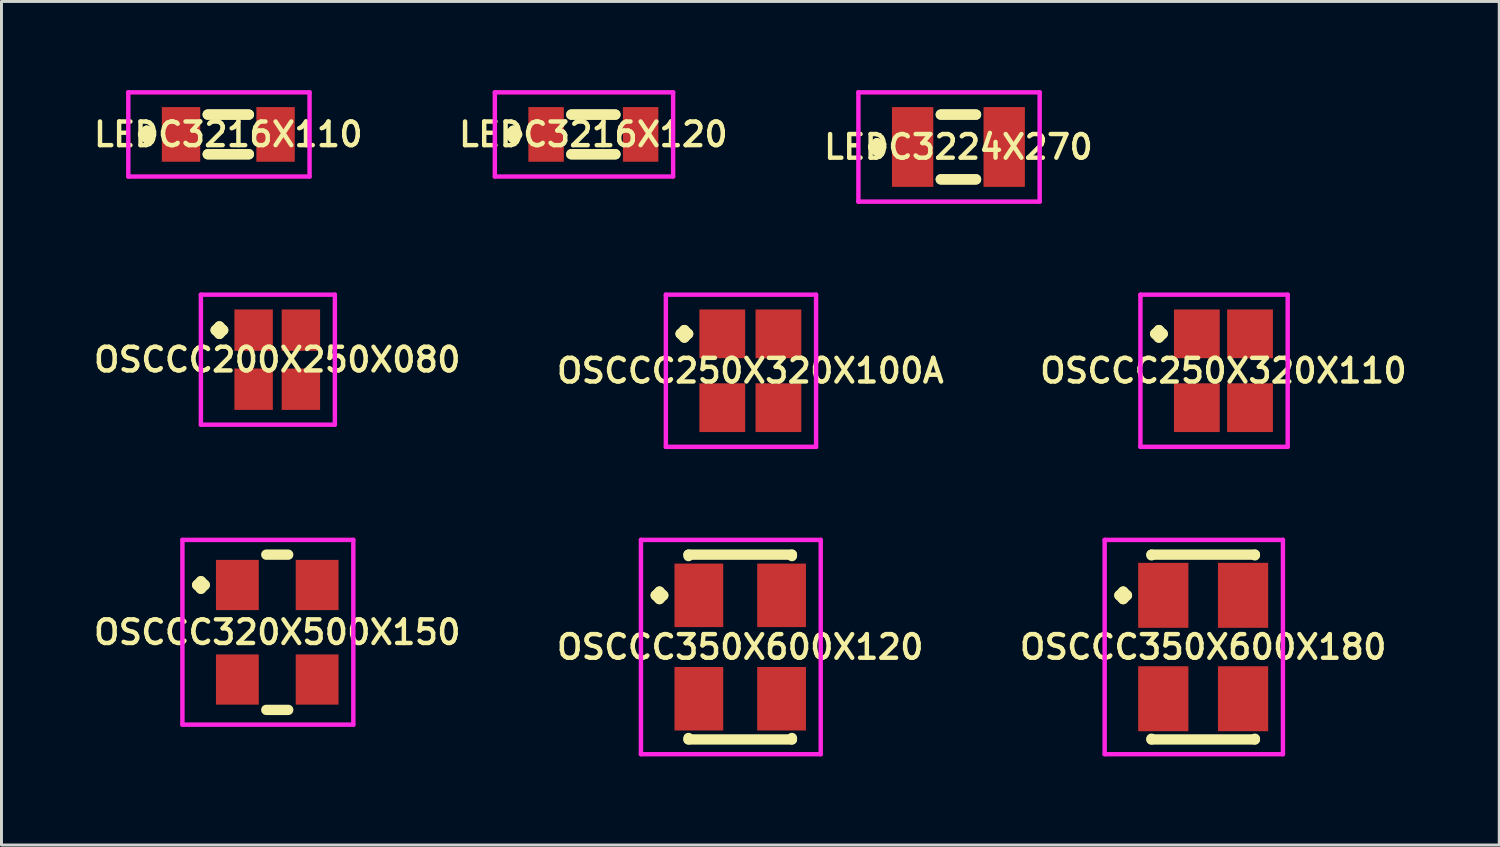
<source format=kicad_pcb>
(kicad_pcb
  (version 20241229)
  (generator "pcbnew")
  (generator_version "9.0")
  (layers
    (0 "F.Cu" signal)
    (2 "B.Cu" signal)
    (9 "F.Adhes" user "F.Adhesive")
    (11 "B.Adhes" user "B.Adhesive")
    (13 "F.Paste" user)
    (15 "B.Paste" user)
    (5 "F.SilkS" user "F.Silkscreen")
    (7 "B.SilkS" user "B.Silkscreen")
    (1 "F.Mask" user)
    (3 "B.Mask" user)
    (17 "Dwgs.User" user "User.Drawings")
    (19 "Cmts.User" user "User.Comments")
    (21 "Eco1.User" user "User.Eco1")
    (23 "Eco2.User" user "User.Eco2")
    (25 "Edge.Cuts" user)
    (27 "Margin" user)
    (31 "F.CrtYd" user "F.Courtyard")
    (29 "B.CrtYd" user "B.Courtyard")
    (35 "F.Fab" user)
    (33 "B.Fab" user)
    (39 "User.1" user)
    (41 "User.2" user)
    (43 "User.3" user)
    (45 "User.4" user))
  (footprint "OSCCC250X320X100A"
    (layer "F.Cu")
    (at 22.349 9.5)
    (property "Reference" "OSCCC250X320X100A" (at 0 0 0) (layer "F.SilkS") (effects (font (size 0.8 0.8) (thickness 0.15))))
    (attr through_hole)
    (fp_line (start -2.36 -1.25) (end -2.233 -1.377) (stroke (width 0.35) (type solid)) (layer "F.SilkS"))
    (fp_line (start -2.233 -1.377) (end -2.106 -1.25) (stroke (width 0.35) (type solid)) (layer "F.SilkS"))
    (fp_line (start -2.233 -1.123) (end -2.36 -1.25) (stroke (width 0.35) (type solid)) (layer "F.SilkS"))
    (fp_line (start -2.106 -1.25) (end -2.233 -1.123) (stroke (width 0.35) (type solid)) (layer "F.SilkS"))
    (fp_line (start -2.86 -2.575) (end 2.225 -2.575) (stroke (width 0.15) (type solid)) (layer "F.CrtYd"))
    (fp_line (start -2.86 2.575) (end -2.86 -2.575) (stroke (width 0.15) (type solid)) (layer "F.CrtYd"))
    (fp_line (start 2.225 -2.575) (end 2.225 2.575) (stroke (width 0.15) (type solid)) (layer "F.CrtYd"))
    (fp_line (start 2.225 2.575) (end -2.86 2.575) (stroke (width 0.15) (type solid)) (layer "F.CrtYd"))
    (pad "1" smd rect (at -0.95 -1.25) (size 1.55 1.65) (layers "F.Cu" "F.Mask" "F.Paste"))
    (pad "2" smd rect (at -0.95 1.25) (size 1.55 1.65) (layers "F.Cu" "F.Mask" "F.Paste"))
    (pad "3" smd rect (at 0.95 1.25) (size 1.55 1.65) (layers "F.Cu" "F.Mask" "F.Paste"))
    (pad "4" smd rect (at 0.95 -1.25) (size 1.55 1.65) (layers "F.Cu" "F.Mask" "F.Paste")))
  (footprint "OSCCC350X600X120"
    (layer "F.Cu")
    (at 22.006 18.852)
    (property "Reference" "OSCCC350X600X120" (at 0 0 0) (layer "F.SilkS") (effects (font (size 0.8 0.8) (thickness 0.15))))
    (attr through_hole)
    (fp_line (start -2.86 -1.75) (end -2.733 -1.877) (stroke (width 0.35) (type solid)) (layer "F.SilkS"))
    (fp_line (start -2.733 -1.877) (end -2.606 -1.75) (stroke (width 0.35) (type solid)) (layer "F.SilkS"))
    (fp_line (start -2.733 -1.623) (end -2.86 -1.75) (stroke (width 0.35) (type solid)) (layer "F.SilkS"))
    (fp_line (start -2.606 -1.75) (end -2.733 -1.623) (stroke (width 0.35) (type solid)) (layer "F.SilkS"))
    (fp_line (start -1.75 -3.127) (end 1.75 -3.127) (stroke (width 0.35) (type solid)) (layer "F.SilkS"))
    (fp_line (start -1.75 -3.079) (end -1.75 -3.127) (stroke (width 0.35) (type solid)) (layer "F.SilkS"))
    (fp_line (start -1.75 3.079) (end -1.75 3.127) (stroke (width 0.35) (type solid)) (layer "F.SilkS"))
    (fp_line (start -1.75 3.127) (end 1.75 3.127) (stroke (width 0.35) (type solid)) (layer "F.SilkS"))
    (fp_line (start 1.75 -3.127) (end 1.75 -3.079) (stroke (width 0.35) (type solid)) (layer "F.SilkS"))
    (fp_line (start 1.75 3.127) (end 1.75 3.079) (stroke (width 0.35) (type solid)) (layer "F.SilkS"))
    (fp_line (start -3.36 -3.627) (end 2.725 -3.627) (stroke (width 0.15) (type solid)) (layer "F.CrtYd"))
    (fp_line (start -3.36 3.627) (end -3.36 -3.627) (stroke (width 0.15) (type solid)) (layer "F.CrtYd"))
    (fp_line (start 2.725 -3.627) (end 2.725 3.627) (stroke (width 0.15) (type solid)) (layer "F.CrtYd"))
    (fp_line (start 2.725 3.627) (end -3.36 3.627) (stroke (width 0.15) (type solid)) (layer "F.CrtYd"))
    (pad "1" smd rect (at -1.4 -1.75) (size 1.65 2.15) (layers "F.Cu" "F.Mask" "F.Paste"))
    (pad "2" smd rect (at -1.4 1.75) (size 1.65 2.15) (layers "F.Cu" "F.Mask" "F.Paste"))
    (pad "3" smd rect (at 1.4 1.75) (size 1.65 2.15) (layers "F.Cu" "F.Mask" "F.Paste"))
    (pad "4" smd rect (at 1.4 -1.75) (size 1.65 2.15) (layers "F.Cu" "F.Mask" "F.Paste")))
  (footprint "OSCCC200X250X080"
    (layer "F.Cu")
    (at 6.335 9.125)
    (property "Reference" "OSCCC200X250X080" (at 0 0 0) (layer "F.SilkS") (effects (font (size 0.8 0.8) (thickness 0.15))))
    (attr smd)
    (fp_line (start -2.085 -1) (end -1.958 -1.127) (stroke (width 0.35) (type solid)) (layer "F.SilkS"))
    (fp_line (start -1.958 -1.127) (end -1.831 -1) (stroke (width 0.35) (type solid)) (layer "F.SilkS"))
    (fp_line (start -1.958 -0.873) (end -2.085 -1) (stroke (width 0.35) (type solid)) (layer "F.SilkS"))
    (fp_line (start -1.831 -1) (end -1.958 -0.873) (stroke (width 0.35) (type solid)) (layer "F.SilkS"))
    (fp_line (start -2.585 -2.2) (end 1.95 -2.2) (stroke (width 0.15) (type solid)) (layer "F.CrtYd"))
    (fp_line (start -2.585 2.2) (end -2.585 -2.2) (stroke (width 0.15) (type solid)) (layer "F.CrtYd"))
    (fp_line (start 1.95 -2.2) (end 1.95 2.2) (stroke (width 0.15) (type solid)) (layer "F.CrtYd"))
    (fp_line (start 1.95 2.2) (end -2.585 2.2) (stroke (width 0.15) (type solid)) (layer "F.CrtYd"))
    (pad "1" smd rect (at -0.8 -1) (size 1.3 1.4) (layers "F.Cu" "F.Mask" "F.Paste"))
    (pad "2" smd rect (at -0.8 1) (size 1.3 1.4) (layers "F.Cu" "F.Mask" "F.Paste"))
    (pad "3" smd rect (at 0.8 1) (size 1.3 1.4) (layers "F.Cu" "F.Mask" "F.Paste"))
    (pad "4" smd rect (at 0.8 -1) (size 1.3 1.4) (layers "F.Cu" "F.Mask" "F.Paste")))
  (footprint "OSCCC320X500X150"
    (layer "F.Cu")
    (at 6.335 18.352)
    (property "Reference" "OSCCC320X500X150" (at 0 0 0) (layer "F.SilkS") (effects (font (size 0.8 0.8) (thickness 0.15))))
    (attr smd)
    (fp_line (start -2.71 -1.6) (end -2.583 -1.727) (stroke (width 0.35) (type solid)) (layer "F.SilkS"))
    (fp_line (start -2.583 -1.727) (end -2.456 -1.6) (stroke (width 0.35) (type solid)) (layer "F.SilkS"))
    (fp_line (start -2.583 -1.473) (end -2.71 -1.6) (stroke (width 0.35) (type solid)) (layer "F.SilkS"))
    (fp_line (start -2.456 -1.6) (end -2.583 -1.473) (stroke (width 0.35) (type solid)) (layer "F.SilkS"))
    (fp_line (start -0.371 -2.627) (end 0.371 -2.627) (stroke (width 0.35) (type solid)) (layer "F.SilkS"))
    (fp_line (start -0.371 2.627) (end 0.371 2.627) (stroke (width 0.35) (type solid)) (layer "F.SilkS"))
    (fp_line (start -3.21 -3.127) (end 2.575 -3.127) (stroke (width 0.15) (type solid)) (layer "F.CrtYd"))
    (fp_line (start -3.21 3.127) (end -3.21 -3.127) (stroke (width 0.15) (type solid)) (layer "F.CrtYd"))
    (fp_line (start 2.575 -3.127) (end 2.575 3.127) (stroke (width 0.15) (type solid)) (layer "F.CrtYd"))
    (fp_line (start 2.575 3.127) (end -3.21 3.127) (stroke (width 0.15) (type solid)) (layer "F.CrtYd"))
    (pad "1" smd rect (at -1.35 -1.6) (size 1.45 1.7) (layers "F.Cu" "F.Mask" "F.Paste"))
    (pad "2" smd rect (at -1.35 1.6) (size 1.45 1.7) (layers "F.Cu" "F.Mask" "F.Paste"))
    (pad "3" smd rect (at 1.35 1.6) (size 1.45 1.7) (layers "F.Cu" "F.Mask" "F.Paste"))
    (pad "4" smd rect (at 1.35 -1.6) (size 1.45 1.7) (layers "F.Cu" "F.Mask" "F.Paste")))
  (footprint "LEDC3216X110"
    (layer "F.Cu")
    (at 4.678 1.5)
    (property "Reference" "LEDC3216X110" (at 0 0 0) (layer "F.SilkS") (effects (font (size 0.8 0.8) (thickness 0.15))))
    (attr smd)
    (fp_line (start -2.885 0) (end -2.758 -0.127) (stroke (width 0.35) (type solid)) (layer "F.SilkS"))
    (fp_line (start -2.758 -0.127) (end -2.631 0) (stroke (width 0.35) (type solid)) (layer "F.SilkS"))
    (fp_line (start -2.758 0.127) (end -2.885 0) (stroke (width 0.35) (type solid)) (layer "F.SilkS"))
    (fp_line (start -2.631 0) (end -2.758 0.127) (stroke (width 0.35) (type solid)) (layer "F.SilkS"))
    (fp_line (start -0.696 -0.671) (end 0.696 -0.671) (stroke (width 0.35) (type solid)) (layer "F.SilkS"))
    (fp_line (start -0.696 0.671) (end 0.696 0.671) (stroke (width 0.35) (type solid)) (layer "F.SilkS"))
    (fp_line (start 0.696 -0.671) (end -0.696 -0.671) (stroke (width 0.35) (type solid)) (layer "F.SilkS"))
    (fp_line (start 0.696 0.671) (end -0.696 0.671) (stroke (width 0.35) (type solid)) (layer "F.SilkS"))
    (fp_line (start -3.385 -1.425) (end 2.75 -1.425) (stroke (width 0.15) (type solid)) (layer "F.CrtYd"))
    (fp_line (start -3.385 1.425) (end -3.385 -1.425) (stroke (width 0.15) (type solid)) (layer "F.CrtYd"))
    (fp_line (start 2.75 -1.425) (end 2.75 1.425) (stroke (width 0.15) (type solid)) (layer "F.CrtYd"))
    (fp_line (start 2.75 1.425) (end -3.385 1.425) (stroke (width 0.15) (type solid)) (layer "F.CrtYd"))
    (pad "1" smd rect (at -1.6 0) (size 1.3 1.85) (layers "F.Cu" "F.Mask" "F.Paste"))
    (pad "2" smd rect (at 1.6 0) (size 1.3 1.85) (layers "F.Cu" "F.Mask" "F.Paste")))
  (footprint "OSCCC250X320X110"
    (layer "F.Cu")
    (at 38.363 9.5)
    (property "Reference" "OSCCC250X320X110" (at 0 0 0) (layer "F.SilkS") (effects (font (size 0.8 0.8) (thickness 0.15))))
    (attr smd)
    (fp_line (start -2.31 -1.25) (end -2.183 -1.377) (stroke (width 0.35) (type solid)) (layer "F.SilkS"))
    (fp_line (start -2.183 -1.377) (end -2.056 -1.25) (stroke (width 0.35) (type solid)) (layer "F.SilkS"))
    (fp_line (start -2.183 -1.123) (end -2.31 -1.25) (stroke (width 0.35) (type solid)) (layer "F.SilkS"))
    (fp_line (start -2.056 -1.25) (end -2.183 -1.123) (stroke (width 0.35) (type solid)) (layer "F.SilkS"))
    (fp_line (start -2.81 -2.575) (end 2.175 -2.575) (stroke (width 0.15) (type solid)) (layer "F.CrtYd"))
    (fp_line (start -2.81 2.575) (end -2.81 -2.575) (stroke (width 0.15) (type solid)) (layer "F.CrtYd"))
    (fp_line (start 2.175 -2.575) (end 2.175 2.575) (stroke (width 0.15) (type solid)) (layer "F.CrtYd"))
    (fp_line (start 2.175 2.575) (end -2.81 2.575) (stroke (width 0.15) (type solid)) (layer "F.CrtYd"))
    (pad "1" smd rect (at -0.9 -1.25) (size 1.55 1.65) (layers "F.Cu" "F.Mask" "F.Paste"))
    (pad "2" smd rect (at -0.9 1.25) (size 1.55 1.65) (layers "F.Cu" "F.Mask" "F.Paste"))
    (pad "3" smd rect (at 0.9 1.25) (size 1.55 1.65) (layers "F.Cu" "F.Mask" "F.Paste"))
    (pad "4" smd rect (at 0.9 -1.25) (size 1.55 1.65) (layers "F.Cu" "F.Mask" "F.Paste")))
  (footprint "LEDC3216X120"
    (layer "F.Cu")
    (at 17.035 1.5)
    (property "Reference" "LEDC3216X120" (at 0 0 0) (layer "F.SilkS") (effects (font (size 0.8 0.8) (thickness 0.15))))
    (attr through_hole)
    (fp_line (start -2.835 0) (end -2.708 -0.127) (stroke (width 0.35) (type solid)) (layer "F.SilkS"))
    (fp_line (start -2.708 -0.127) (end -2.581 0) (stroke (width 0.35) (type solid)) (layer "F.SilkS"))
    (fp_line (start -2.708 0.127) (end -2.835 0) (stroke (width 0.35) (type solid)) (layer "F.SilkS"))
    (fp_line (start -2.581 0) (end -2.708 0.127) (stroke (width 0.35) (type solid)) (layer "F.SilkS"))
    (fp_line (start -0.746 -0.671) (end 0.746 -0.671) (stroke (width 0.35) (type solid)) (layer "F.SilkS"))
    (fp_line (start -0.746 0.671) (end 0.746 0.671) (stroke (width 0.35) (type solid)) (layer "F.SilkS"))
    (fp_line (start 0.746 -0.671) (end -0.746 -0.671) (stroke (width 0.35) (type solid)) (layer "F.SilkS"))
    (fp_line (start 0.746 0.671) (end -0.746 0.671) (stroke (width 0.35) (type solid)) (layer "F.SilkS"))
    (fp_line (start -3.335 -1.425) (end 2.7 -1.425) (stroke (width 0.15) (type solid)) (layer "F.CrtYd"))
    (fp_line (start -3.335 1.425) (end -3.335 -1.425) (stroke (width 0.15) (type solid)) (layer "F.CrtYd"))
    (fp_line (start 2.7 -1.425) (end 2.7 1.425) (stroke (width 0.15) (type solid)) (layer "F.CrtYd"))
    (fp_line (start 2.7 1.425) (end -3.335 1.425) (stroke (width 0.15) (type solid)) (layer "F.CrtYd"))
    (pad "1" smd rect (at -1.6 0) (size 1.2 1.85) (layers "F.Cu" "F.Mask" "F.Paste"))
    (pad "2" smd rect (at 1.6 0) (size 1.2 1.85) (layers "F.Cu" "F.Mask" "F.Paste")))
  (footprint "LEDC3224X270"
    (layer "F.Cu")
    (at 29.392 1.925)
    (property "Reference" "LEDC3224X270" (at 0 0 0) (layer "F.SilkS") (effects (font (size 0.8 0.8) (thickness 0.15))))
    (attr smd)
    (fp_line (start -2.885 0) (end -2.758 -0.127) (stroke (width 0.35) (type solid)) (layer "F.SilkS"))
    (fp_line (start -2.758 -0.127) (end -2.631 0) (stroke (width 0.35) (type solid)) (layer "F.SilkS"))
    (fp_line (start -2.758 0.127) (end -2.885 0) (stroke (width 0.35) (type solid)) (layer "F.SilkS"))
    (fp_line (start -2.631 0) (end -2.758 0.127) (stroke (width 0.35) (type solid)) (layer "F.SilkS"))
    (fp_line (start -0.596 -1.096) (end 0.596 -1.096) (stroke (width 0.35) (type solid)) (layer "F.SilkS"))
    (fp_line (start -0.596 1.096) (end 0.596 1.096) (stroke (width 0.35) (type solid)) (layer "F.SilkS"))
    (fp_line (start 0.596 -1.096) (end -0.596 -1.096) (stroke (width 0.35) (type solid)) (layer "F.SilkS"))
    (fp_line (start 0.596 1.096) (end -0.596 1.096) (stroke (width 0.35) (type solid)) (layer "F.SilkS"))
    (fp_line (start -3.385 -1.85) (end 2.75 -1.85) (stroke (width 0.15) (type solid)) (layer "F.CrtYd"))
    (fp_line (start -3.385 1.85) (end -3.385 -1.85) (stroke (width 0.15) (type solid)) (layer "F.CrtYd"))
    (fp_line (start 2.75 -1.85) (end 2.75 1.85) (stroke (width 0.15) (type solid)) (layer "F.CrtYd"))
    (fp_line (start 2.75 1.85) (end -3.385 1.85) (stroke (width 0.15) (type solid)) (layer "F.CrtYd"))
    (pad "1" smd rect (at -1.55 0) (size 1.4 2.7) (layers "F.Cu" "F.Mask" "F.Paste"))
    (pad "2" smd rect (at 1.55 0) (size 1.4 2.7) (layers "F.Cu" "F.Mask" "F.Paste")))
  (footprint "OSCCC350X600X180"
    (layer "F.Cu")
    (at 37.677 18.852)
    (property "Reference" "OSCCC350X600X180" (at 0 0 0) (layer "F.SilkS") (effects (font (size 0.8 0.8) (thickness 0.15))))
    (attr through_hole)
    (fp_line (start -2.835 -1.75) (end -2.708 -1.877) (stroke (width 0.35) (type solid)) (layer "F.SilkS"))
    (fp_line (start -2.708 -1.877) (end -2.581 -1.75) (stroke (width 0.35) (type solid)) (layer "F.SilkS"))
    (fp_line (start -2.708 -1.623) (end -2.835 -1.75) (stroke (width 0.35) (type solid)) (layer "F.SilkS"))
    (fp_line (start -2.581 -1.75) (end -2.708 -1.623) (stroke (width 0.35) (type solid)) (layer "F.SilkS"))
    (fp_line (start -1.75 -3.127) (end 1.75 -3.127) (stroke (width 0.35) (type solid)) (layer "F.SilkS"))
    (fp_line (start -1.75 -3.104) (end -1.75 -3.127) (stroke (width 0.35) (type solid)) (layer "F.SilkS"))
    (fp_line (start -1.75 3.104) (end -1.75 3.127) (stroke (width 0.35) (type solid)) (layer "F.SilkS"))
    (fp_line (start -1.75 3.127) (end 1.75 3.127) (stroke (width 0.35) (type solid)) (layer "F.SilkS"))
    (fp_line (start 1.75 -3.127) (end 1.75 -3.104) (stroke (width 0.35) (type solid)) (layer "F.SilkS"))
    (fp_line (start 1.75 3.127) (end 1.75 3.104) (stroke (width 0.35) (type solid)) (layer "F.SilkS"))
    (fp_line (start -3.335 -3.627) (end 2.7 -3.627) (stroke (width 0.15) (type solid)) (layer "F.CrtYd"))
    (fp_line (start -3.335 3.627) (end -3.335 -3.627) (stroke (width 0.15) (type solid)) (layer "F.CrtYd"))
    (fp_line (start 2.7 -3.627) (end 2.7 3.627) (stroke (width 0.15) (type solid)) (layer "F.CrtYd"))
    (fp_line (start 2.7 3.627) (end -3.335 3.627) (stroke (width 0.15) (type solid)) (layer "F.CrtYd"))
    (pad "1" smd rect (at -1.35 -1.75) (size 1.7 2.2) (layers "F.Cu" "F.Mask" "F.Paste"))
    (pad "2" smd rect (at -1.35 1.75) (size 1.7 2.2) (layers "F.Cu" "F.Mask" "F.Paste"))
    (pad "3" smd rect (at 1.35 1.75) (size 1.7 2.2) (layers "F.Cu" "F.Mask" "F.Paste"))
    (pad "4" smd rect (at 1.35 -1.75) (size 1.7 2.2) (layers "F.Cu" "F.Mask" "F.Paste")))
  (gr_rect
    (start -3 -3)
    (end 47.699 25.554)
    (stroke (width 0.1) (type default))
    (fill no)
    (layer "Edge.Cuts")))
</source>
